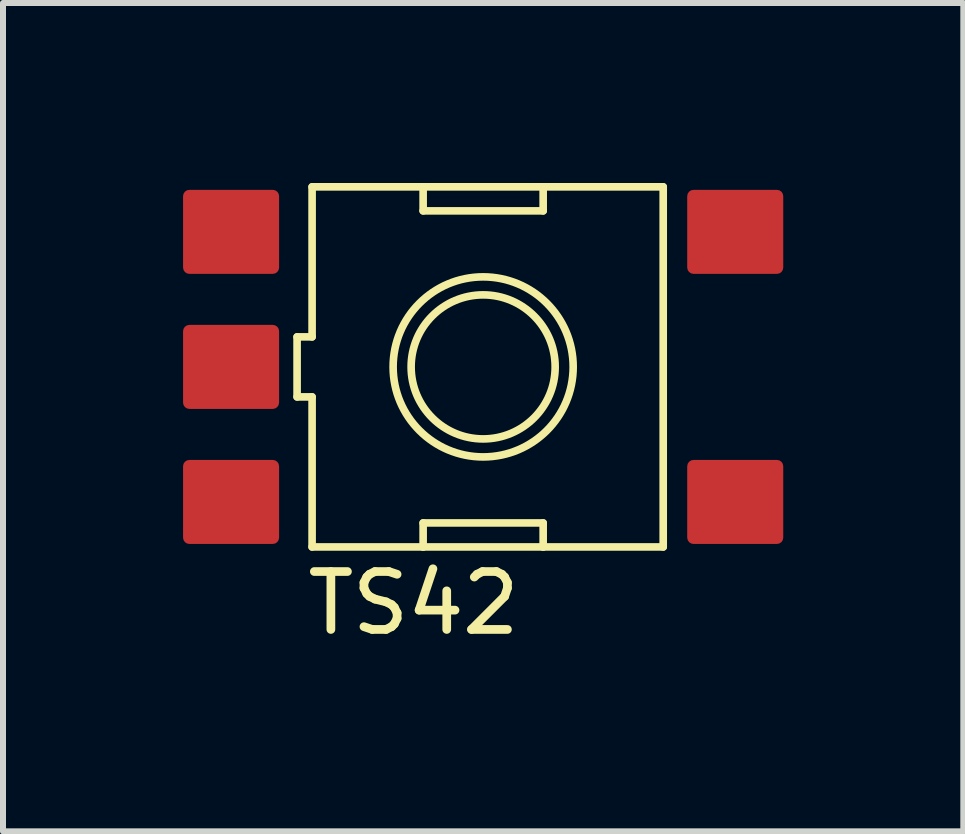
<source format=kicad_pcb>
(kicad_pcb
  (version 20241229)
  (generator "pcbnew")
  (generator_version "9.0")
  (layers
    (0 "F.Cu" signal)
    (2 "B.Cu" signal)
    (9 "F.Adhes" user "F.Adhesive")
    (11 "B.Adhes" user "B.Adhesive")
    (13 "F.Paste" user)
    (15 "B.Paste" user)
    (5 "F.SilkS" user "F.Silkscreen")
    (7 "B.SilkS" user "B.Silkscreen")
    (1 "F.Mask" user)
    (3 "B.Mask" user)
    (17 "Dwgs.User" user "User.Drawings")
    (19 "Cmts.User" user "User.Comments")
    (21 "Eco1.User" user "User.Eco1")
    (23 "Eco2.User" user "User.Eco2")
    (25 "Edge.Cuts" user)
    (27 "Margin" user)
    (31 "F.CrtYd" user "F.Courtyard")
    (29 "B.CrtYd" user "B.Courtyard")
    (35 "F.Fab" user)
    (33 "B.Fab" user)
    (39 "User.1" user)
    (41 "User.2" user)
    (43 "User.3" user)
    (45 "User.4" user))
  (footprint "TS42"
    (layer "F.Cu")
    (at 5 3.063)
    (property "Reference" "TS42" (at -3 4.5 0) (layer "F.SilkS") (effects (font (size 0.965 0.965) (thickness 0.145)) (justify left bottom)))
    (attr through_hole)
    (fp_line (start -3.1 -0.5) (end -3.1 0.5) (stroke (width 0.127) (type solid)) (layer "F.SilkS"))
    (fp_line (start -3.1 0.5) (end -2.85 0.5) (stroke (width 0.127) (type solid)) (layer "F.SilkS"))
    (fp_line (start -2.85 -3) (end -2.85 -0.5) (stroke (width 0.127) (type solid)) (layer "F.SilkS"))
    (fp_line (start -2.85 -3) (end -1 -3) (stroke (width 0.127) (type solid)) (layer "F.SilkS"))
    (fp_line (start -2.85 -0.5) (end -3.1 -0.5) (stroke (width 0.127) (type solid)) (layer "F.SilkS"))
    (fp_line (start -2.85 0.5) (end -2.85 3) (stroke (width 0.127) (type solid)) (layer "F.SilkS"))
    (fp_line (start -1 -3) (end -1 -2.6) (stroke (width 0.127) (type solid)) (layer "F.SilkS"))
    (fp_line (start -1 -2.6) (end 1 -2.6) (stroke (width 0.127) (type solid)) (layer "F.SilkS"))
    (fp_line (start -1 2.6) (end -1 3) (stroke (width 0.127) (type solid)) (layer "F.SilkS"))
    (fp_line (start -1 3) (end -2.85 3) (stroke (width 0.127) (type solid)) (layer "F.SilkS"))
    (fp_line (start -1 3) (end 1 3) (stroke (width 0.127) (type solid)) (layer "F.SilkS"))
    (fp_line (start 1 -3) (end -1 -3) (stroke (width 0.127) (type solid)) (layer "F.SilkS"))
    (fp_line (start 1 -3) (end 3 -3) (stroke (width 0.127) (type solid)) (layer "F.SilkS"))
    (fp_line (start 1 -2.6) (end 1 -3) (stroke (width 0.127) (type solid)) (layer "F.SilkS"))
    (fp_line (start 1 2.6) (end -1 2.6) (stroke (width 0.127) (type solid)) (layer "F.SilkS"))
    (fp_line (start 1 3) (end 1 2.6) (stroke (width 0.127) (type solid)) (layer "F.SilkS"))
    (fp_line (start 1 3) (end 3 3) (stroke (width 0.127) (type solid)) (layer "F.SilkS"))
    (fp_line (start 3 3) (end 3 -3) (stroke (width 0.127) (type solid)) (layer "F.SilkS"))
    (fp_circle (center 0 0) (end 1.2 0) (stroke (width 0.127) (type solid)) (fill no) (layer "F.SilkS"))
    (fp_circle (center 0 0) (end 1.5 0) (stroke (width 0.127) (type solid)) (fill no) (layer "F.SilkS"))
    (fp_poly (pts (xy -4.699 0.381) (xy -3.81 0.381) (xy -3.81 -0.381) (xy -4.699 -0.381)) (stroke (width 0) (type solid)) (fill yes) (layer "F.Paste"))
    (pad "1" smd roundrect (at -4.2 -2.25) (size 1.6 1.4) (layers "F.Cu" "F.Mask" "F.Paste") (roundrect_rratio 0.075))
    (pad "2" smd roundrect (at 4.2 -2.25) (size 1.6 1.4) (layers "F.Cu" "F.Mask" "F.Paste") (roundrect_rratio 0.075))
    (pad "3" smd roundrect (at -4.2 2.25) (size 1.6 1.4) (layers "F.Cu" "F.Mask" "F.Paste") (roundrect_rratio 0.075))
    (pad "4" smd roundrect (at 4.2 2.25) (size 1.6 1.4) (layers "F.Cu" "F.Mask" "F.Paste") (roundrect_rratio 0.075))
    (pad "5" smd roundrect (at -4.2 0) (size 1.6 1.4) (layers "F.Cu" "F.Mask") (roundrect_rratio 0.075)))
  (gr_rect
    (start -3 -3)
    (end 13 10.801)
    (stroke (width 0.1) (type default))
    (fill no)
    (layer "Edge.Cuts")))
</source>
